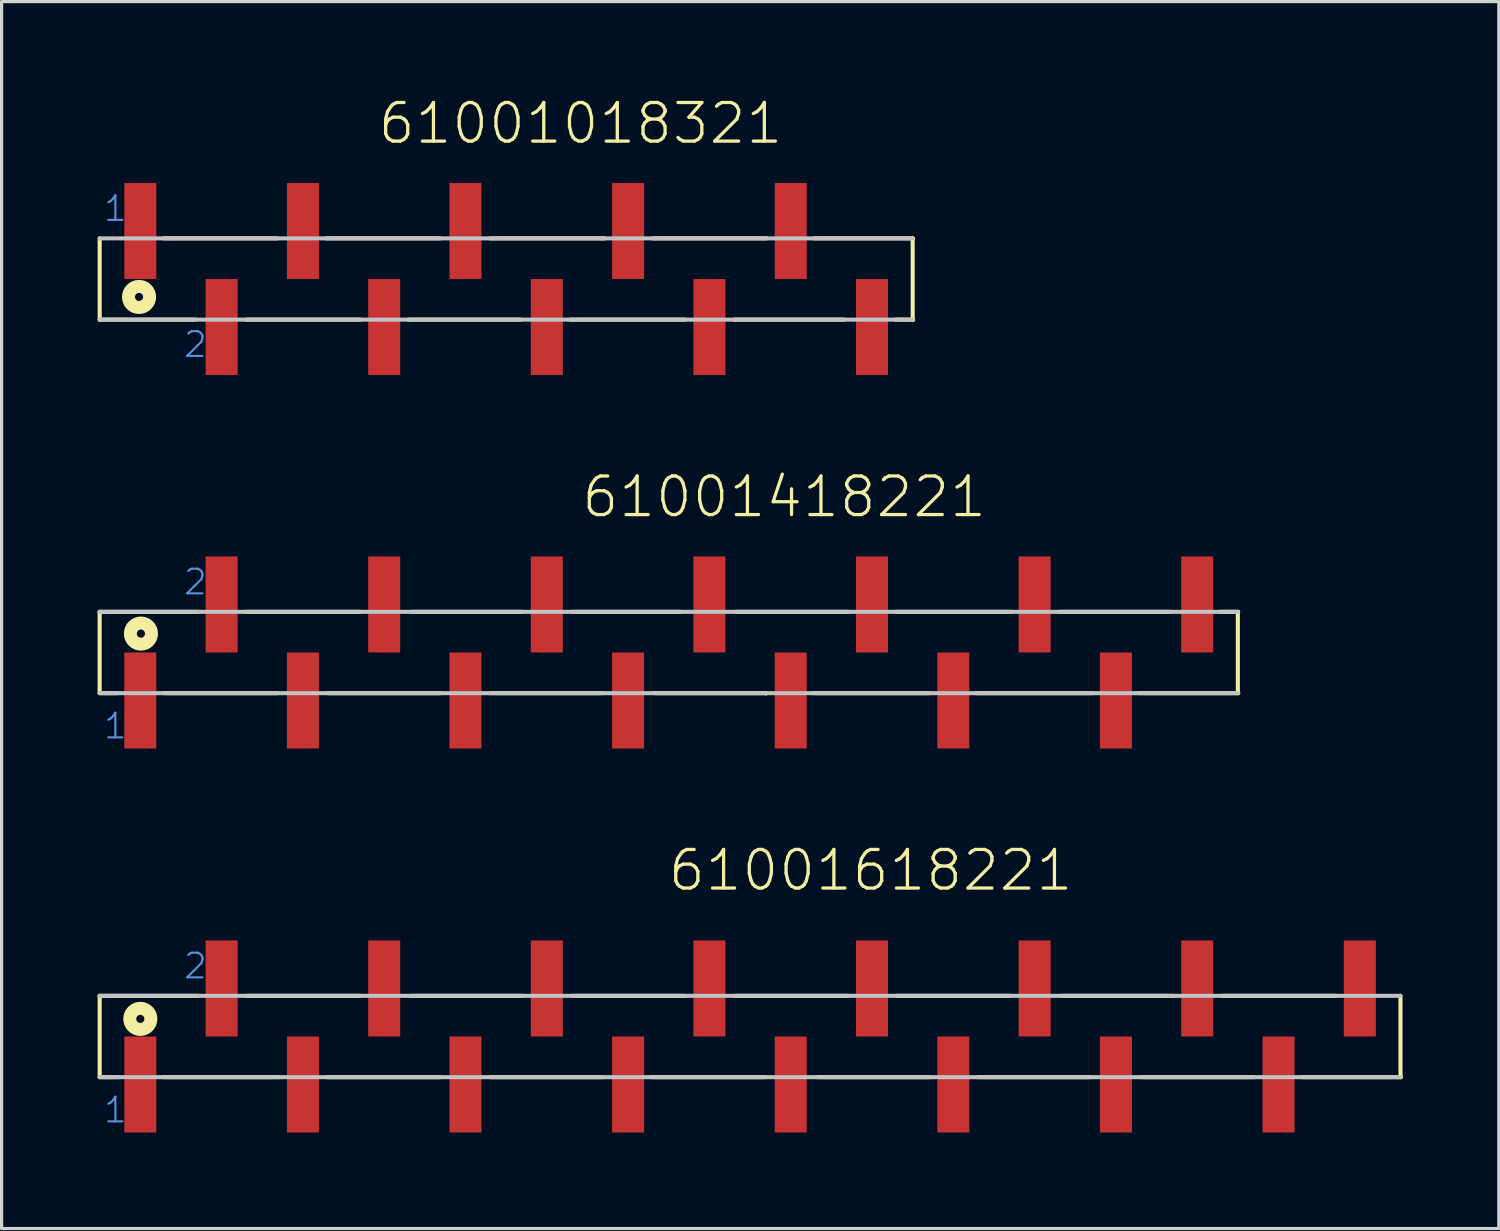
<source format=kicad_pcb>
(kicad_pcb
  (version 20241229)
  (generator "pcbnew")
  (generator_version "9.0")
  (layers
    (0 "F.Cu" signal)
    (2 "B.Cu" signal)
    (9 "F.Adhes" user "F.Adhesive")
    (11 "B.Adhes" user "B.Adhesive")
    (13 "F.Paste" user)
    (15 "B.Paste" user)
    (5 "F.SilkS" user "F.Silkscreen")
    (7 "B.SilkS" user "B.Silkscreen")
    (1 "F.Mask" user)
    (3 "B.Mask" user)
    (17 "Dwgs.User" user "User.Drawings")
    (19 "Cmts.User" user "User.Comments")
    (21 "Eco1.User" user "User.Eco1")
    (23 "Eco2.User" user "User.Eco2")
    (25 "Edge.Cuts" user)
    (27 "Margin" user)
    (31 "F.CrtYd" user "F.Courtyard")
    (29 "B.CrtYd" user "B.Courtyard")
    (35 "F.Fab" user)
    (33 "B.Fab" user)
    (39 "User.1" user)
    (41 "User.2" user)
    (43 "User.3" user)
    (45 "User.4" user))
  (footprint "61001018321"
    (layer "F.Cu")
    (at 12.764 5.667)
    (property "Reference" "61001018321" (at -4.062 -4.156 0) (layer "F.SilkS") (effects (font (size 1.206 1.206) (thickness 0.102)) (justify left bottom)))
    (attr through_hole)
    (fp_line (start -12.7 -1.27) (end -12.7 1.27) (stroke (width 0.127) (type solid)) (layer "F.SilkS"))
    (fp_line (start -10.71 -1.27) (end -7.15 -1.27) (stroke (width 0.127) (type solid)) (layer "F.SilkS"))
    (fp_line (start -9.71 1.27) (end -12.7 1.27) (stroke (width 0.127) (type solid)) (layer "F.SilkS"))
    (fp_line (start -8.11 1.27) (end -4.55 1.27) (stroke (width 0.127) (type solid)) (layer "F.SilkS"))
    (fp_line (start -5.62 -1.27) (end -2.06 -1.27) (stroke (width 0.127) (type solid)) (layer "F.SilkS"))
    (fp_line (start -3.06 1.27) (end 0.45 1.27) (stroke (width 0.127) (type solid)) (layer "F.SilkS"))
    (fp_line (start -0.51 -1.27) (end 3.05 -1.27) (stroke (width 0.127) (type solid)) (layer "F.SilkS"))
    (fp_line (start 2 1.27) (end 5.59 1.27) (stroke (width 0.127) (type solid)) (layer "F.SilkS"))
    (fp_line (start 3.05 -1.27) (end 3.05 -1.28) (stroke (width 0.127) (type solid)) (layer "F.SilkS"))
    (fp_line (start 4.58 -1.27) (end 8.13 -1.27) (stroke (width 0.127) (type solid)) (layer "F.SilkS"))
    (fp_line (start 7.12 1.27) (end 10.56 1.27) (stroke (width 0.127) (type solid)) (layer "F.SilkS"))
    (fp_line (start 9.62 -1.27) (end 12.71 -1.27) (stroke (width 0.127) (type solid)) (layer "F.SilkS"))
    (fp_line (start 12.16 1.27) (end 12.71 1.27) (stroke (width 0.127) (type solid)) (layer "F.SilkS"))
    (fp_line (start 12.7 1.27) (end 12.7 -1.27) (stroke (width 0.127) (type solid)) (layer "F.SilkS"))
    (fp_line (start 12.71 1.27) (end 12.71 1.28) (stroke (width 0.127) (type solid)) (layer "F.SilkS"))
    (fp_circle (center -11.47 0.56) (end -11.343 0.56) (stroke (width 0.406) (type solid)) (fill no) (layer "F.SilkS"))
    (fp_line (start -12.7 1.27) (end 12.7 1.27) (stroke (width 0.127) (type solid)) (layer "Dwgs.User"))
    (fp_line (start 12.7 -1.27) (end -12.7 -1.27) (stroke (width 0.127) (type solid)) (layer "Dwgs.User"))
    (fp_text user "1" (at -12.62 -1.75 0) (layer "Cmts.User") (effects (font (size 0.772 0.772) (thickness 0.065)) (justify left bottom)))
    (fp_text user "2" (at -10.12 2.5 0) (layer "Cmts.User") (effects (font (size 0.772 0.772) (thickness 0.065)) (justify left bottom)))
    (pad "1" smd rect (at -11.43 -1.5) (size 1 3) (layers "F.Cu" "F.Mask" "F.Paste"))
    (pad "2" smd rect (at -8.89 1.5) (size 1 3) (layers "F.Cu" "F.Mask" "F.Paste"))
    (pad "3" smd rect (at -6.35 -1.5) (size 1 3) (layers "F.Cu" "F.Mask" "F.Paste"))
    (pad "4" smd rect (at -3.81 1.5) (size 1 3) (layers "F.Cu" "F.Mask" "F.Paste"))
    (pad "5" smd rect (at -1.27 -1.5) (size 1 3) (layers "F.Cu" "F.Mask" "F.Paste"))
    (pad "6" smd rect (at 1.27 1.5) (size 1 3) (layers "F.Cu" "F.Mask" "F.Paste"))
    (pad "7" smd rect (at 3.81 -1.5) (size 1 3) (layers "F.Cu" "F.Mask" "F.Paste"))
    (pad "8" smd rect (at 6.35 1.5) (size 1 3) (layers "F.Cu" "F.Mask" "F.Paste"))
    (pad "9" smd rect (at 8.89 -1.5) (size 1 3) (layers "F.Cu" "F.Mask" "F.Paste"))
    (pad "10" smd rect (at 11.43 1.5) (size 1 3) (layers "F.Cu" "F.Mask" "F.Paste")))
  (footprint "61001618221"
    (layer "F.Cu")
    (at 20.384 29.332)
    (property "Reference" "61001618221" (at -2.618 -4.486 0) (layer "F.SilkS") (effects (font (size 1.206 1.206) (thickness 0.102)) (justify left bottom)))
    (attr through_hole)
    (fp_line (start -20.32 -1.27) (end -20.32 1.27) (stroke (width 0.127) (type solid)) (layer "F.SilkS"))
    (fp_line (start -19.72 1.27) (end -20.32 1.27) (stroke (width 0.127) (type solid)) (layer "F.SilkS"))
    (fp_line (start -18.34 1.27) (end -14.72 1.27) (stroke (width 0.127) (type solid)) (layer "F.SilkS"))
    (fp_line (start -17.24 -1.27) (end -20.32 -1.27) (stroke (width 0.127) (type solid)) (layer "F.SilkS"))
    (fp_line (start -15.73 -1.27) (end -12.19 -1.27) (stroke (width 0.127) (type solid)) (layer "F.SilkS"))
    (fp_line (start -13.22 1.27) (end -9.68 1.27) (stroke (width 0.127) (type solid)) (layer "F.SilkS"))
    (fp_line (start -10.61 -1.27) (end -7.07 -1.27) (stroke (width 0.127) (type solid)) (layer "F.SilkS"))
    (fp_line (start -8.11 1.27) (end -4.57 1.27) (stroke (width 0.127) (type solid)) (layer "F.SilkS"))
    (fp_line (start -5.56 -1.27) (end -2.02 -1.27) (stroke (width 0.127) (type solid)) (layer "F.SilkS"))
    (fp_line (start -3.08 1.27) (end 0.46 1.27) (stroke (width 0.127) (type solid)) (layer "F.SilkS"))
    (fp_line (start -0.48 -1.27) (end 3.06 -1.27) (stroke (width 0.127) (type solid)) (layer "F.SilkS"))
    (fp_line (start 2.1 1.27) (end 5.64 1.27) (stroke (width 0.127) (type solid)) (layer "F.SilkS"))
    (fp_line (start 4.59 -1.27) (end 8.13 -1.27) (stroke (width 0.127) (type solid)) (layer "F.SilkS"))
    (fp_line (start 7.1 1.27) (end 10.64 1.27) (stroke (width 0.127) (type solid)) (layer "F.SilkS"))
    (fp_line (start 9.69 -1.27) (end 13.23 -1.27) (stroke (width 0.127) (type solid)) (layer "F.SilkS"))
    (fp_line (start 12.22 1.27) (end 15.76 1.27) (stroke (width 0.127) (type solid)) (layer "F.SilkS"))
    (fp_line (start 14.76 -1.27) (end 18.3 -1.27) (stroke (width 0.127) (type solid)) (layer "F.SilkS"))
    (fp_line (start 17.23 1.27) (end 20.33 1.27) (stroke (width 0.127) (type solid)) (layer "F.SilkS"))
    (fp_line (start 20.32 1.27) (end 20.32 -1.27) (stroke (width 0.127) (type solid)) (layer "F.SilkS"))
    (fp_line (start 20.33 1.27) (end 20.33 1.26) (stroke (width 0.127) (type solid)) (layer "F.SilkS"))
    (fp_circle (center -19.05 -0.55) (end -18.923 -0.55) (stroke (width 0.406) (type solid)) (fill no) (layer "F.SilkS"))
    (fp_line (start -20.32 1.27) (end 20.32 1.27) (stroke (width 0.127) (type solid)) (layer "Dwgs.User"))
    (fp_line (start 20.32 -1.27) (end -20.32 -1.27) (stroke (width 0.127) (type solid)) (layer "Dwgs.User"))
    (fp_text user "2" (at -17.74 -1.75 0) (layer "Cmts.User") (effects (font (size 0.772 0.772) (thickness 0.065)) (justify left bottom)))
    (fp_text user "1" (at -20.24 2.75 0) (layer "Cmts.User") (effects (font (size 0.772 0.772) (thickness 0.065)) (justify left bottom)))
    (pad "1" smd rect (at -19.05 1.5) (size 1 3) (layers "F.Cu" "F.Mask" "F.Paste"))
    (pad "2" smd rect (at -16.51 -1.5) (size 1 3) (layers "F.Cu" "F.Mask" "F.Paste"))
    (pad "3" smd rect (at -13.97 1.5) (size 1 3) (layers "F.Cu" "F.Mask" "F.Paste"))
    (pad "4" smd rect (at -11.43 -1.5) (size 1 3) (layers "F.Cu" "F.Mask" "F.Paste"))
    (pad "5" smd rect (at -8.89 1.5) (size 1 3) (layers "F.Cu" "F.Mask" "F.Paste"))
    (pad "6" smd rect (at -6.35 -1.5) (size 1 3) (layers "F.Cu" "F.Mask" "F.Paste"))
    (pad "7" smd rect (at -3.81 1.5) (size 1 3) (layers "F.Cu" "F.Mask" "F.Paste"))
    (pad "8" smd rect (at -1.27 -1.5) (size 1 3) (layers "F.Cu" "F.Mask" "F.Paste"))
    (pad "9" smd rect (at 1.27 1.5) (size 1 3) (layers "F.Cu" "F.Mask" "F.Paste"))
    (pad "10" smd rect (at 3.81 -1.5) (size 1 3) (layers "F.Cu" "F.Mask" "F.Paste"))
    (pad "11" smd rect (at 6.35 1.5) (size 1 3) (layers "F.Cu" "F.Mask" "F.Paste"))
    (pad "12" smd rect (at 8.89 -1.5) (size 1 3) (layers "F.Cu" "F.Mask" "F.Paste"))
    (pad "13" smd rect (at 11.43 1.5) (size 1 3) (layers "F.Cu" "F.Mask" "F.Paste"))
    (pad "14" smd rect (at 13.97 -1.5) (size 1 3) (layers "F.Cu" "F.Mask" "F.Paste"))
    (pad "15" smd rect (at 16.51 1.5) (size 1 3) (layers "F.Cu" "F.Mask" "F.Paste"))
    (pad "16" smd rect (at 19.05 -1.5) (size 1 3) (layers "F.Cu" "F.Mask" "F.Paste")))
  (footprint "61001418221"
    (layer "F.Cu")
    (at 17.843 17.335)
    (property "Reference" "61001418221" (at -2.778 -4.156 0) (layer "F.SilkS") (effects (font (size 1.206 1.206) (thickness 0.102)) (justify left bottom)))
    (attr through_hole)
    (fp_line (start -17.78 -1.27) (end -17.78 1.27) (stroke (width 0.127) (type solid)) (layer "F.SilkS"))
    (fp_line (start -17.21 1.27) (end -17.78 1.27) (stroke (width 0.127) (type solid)) (layer "F.SilkS"))
    (fp_line (start -15.77 1.27) (end -12.22 1.27) (stroke (width 0.127) (type solid)) (layer "F.SilkS"))
    (fp_line (start -14.7 -1.27) (end -17.78 -1.27) (stroke (width 0.127) (type solid)) (layer "F.SilkS"))
    (fp_line (start -13.25 -1.27) (end -9.65 -1.27) (stroke (width 0.127) (type solid)) (layer "F.SilkS"))
    (fp_line (start -10.66 1.27) (end -7.13 1.27) (stroke (width 0.127) (type solid)) (layer "F.SilkS"))
    (fp_line (start -8.04 -1.27) (end -4.58 -1.27) (stroke (width 0.127) (type solid)) (layer "F.SilkS"))
    (fp_line (start -5.6 1.27) (end -2.05 1.27) (stroke (width 0.127) (type solid)) (layer "F.SilkS"))
    (fp_line (start -3.03 -1.27) (end 0.38 -1.27) (stroke (width 0.127) (type solid)) (layer "F.SilkS"))
    (fp_line (start -0.47 1.27) (end 3.04 1.27) (stroke (width 0.127) (type solid)) (layer "F.SilkS"))
    (fp_line (start 2.1 -1.27) (end 5.62 -1.27) (stroke (width 0.127) (type solid)) (layer "F.SilkS"))
    (fp_line (start 3.04 1.27) (end 3.04 1.28) (stroke (width 0.127) (type solid)) (layer "F.SilkS"))
    (fp_line (start 4.5 1.27) (end 8.16 1.27) (stroke (width 0.127) (type solid)) (layer "F.SilkS"))
    (fp_line (start 7.1 -1.27) (end 10.72 -1.27) (stroke (width 0.127) (type solid)) (layer "F.SilkS"))
    (fp_line (start 9.6 1.27) (end 13.25 1.27) (stroke (width 0.127) (type solid)) (layer "F.SilkS"))
    (fp_line (start 12.19 -1.27) (end 15.71 -1.27) (stroke (width 0.127) (type solid)) (layer "F.SilkS"))
    (fp_line (start 14.65 1.27) (end 17.79 1.27) (stroke (width 0.127) (type solid)) (layer "F.SilkS"))
    (fp_line (start 17.21 -1.27) (end 17.79 -1.27) (stroke (width 0.127) (type solid)) (layer "F.SilkS"))
    (fp_line (start 17.78 1.27) (end 17.78 -1.27) (stroke (width 0.127) (type solid)) (layer "F.SilkS"))
    (fp_line (start 17.79 1.27) (end 17.79 1.26) (stroke (width 0.127) (type solid)) (layer "F.SilkS"))
    (fp_circle (center -16.49 -0.59) (end -16.363 -0.59) (stroke (width 0.406) (type solid)) (fill no) (layer "F.SilkS"))
    (fp_line (start -17.78 1.27) (end 17.78 1.27) (stroke (width 0.127) (type solid)) (layer "Dwgs.User"))
    (fp_line (start 17.78 -1.27) (end -17.78 -1.27) (stroke (width 0.127) (type solid)) (layer "Dwgs.User"))
    (fp_text user "2" (at -15.2 -1.75 0) (layer "Cmts.User") (effects (font (size 0.772 0.772) (thickness 0.065)) (justify left bottom)))
    (fp_text user "1" (at -17.7 2.75 0) (layer "Cmts.User") (effects (font (size 0.772 0.772) (thickness 0.065)) (justify left bottom)))
    (pad "1" smd rect (at -16.51 1.5) (size 1 3) (layers "F.Cu" "F.Mask" "F.Paste"))
    (pad "2" smd rect (at -13.97 -1.5) (size 1 3) (layers "F.Cu" "F.Mask" "F.Paste"))
    (pad "3" smd rect (at -11.43 1.5) (size 1 3) (layers "F.Cu" "F.Mask" "F.Paste"))
    (pad "4" smd rect (at -8.89 -1.5) (size 1 3) (layers "F.Cu" "F.Mask" "F.Paste"))
    (pad "5" smd rect (at -6.35 1.5) (size 1 3) (layers "F.Cu" "F.Mask" "F.Paste"))
    (pad "6" smd rect (at -3.81 -1.5) (size 1 3) (layers "F.Cu" "F.Mask" "F.Paste"))
    (pad "7" smd rect (at -1.27 1.5) (size 1 3) (layers "F.Cu" "F.Mask" "F.Paste"))
    (pad "8" smd rect (at 1.27 -1.5) (size 1 3) (layers "F.Cu" "F.Mask" "F.Paste"))
    (pad "9" smd rect (at 3.81 1.5) (size 1 3) (layers "F.Cu" "F.Mask" "F.Paste"))
    (pad "10" smd rect (at 6.35 -1.5) (size 1 3) (layers "F.Cu" "F.Mask" "F.Paste"))
    (pad "11" smd rect (at 8.89 1.5) (size 1 3) (layers "F.Cu" "F.Mask" "F.Paste"))
    (pad "12" smd rect (at 11.43 -1.5) (size 1 3) (layers "F.Cu" "F.Mask" "F.Paste"))
    (pad "13" smd rect (at 13.97 1.5) (size 1 3) (layers "F.Cu" "F.Mask" "F.Paste"))
    (pad "14" smd rect (at 16.51 -1.5) (size 1 3) (layers "F.Cu" "F.Mask" "F.Paste")))
  (gr_rect
    (start -3 -3)
    (end 43.777 35.332)
    (stroke (width 0.1) (type default))
    (fill no)
    (layer "Edge.Cuts")))
</source>
